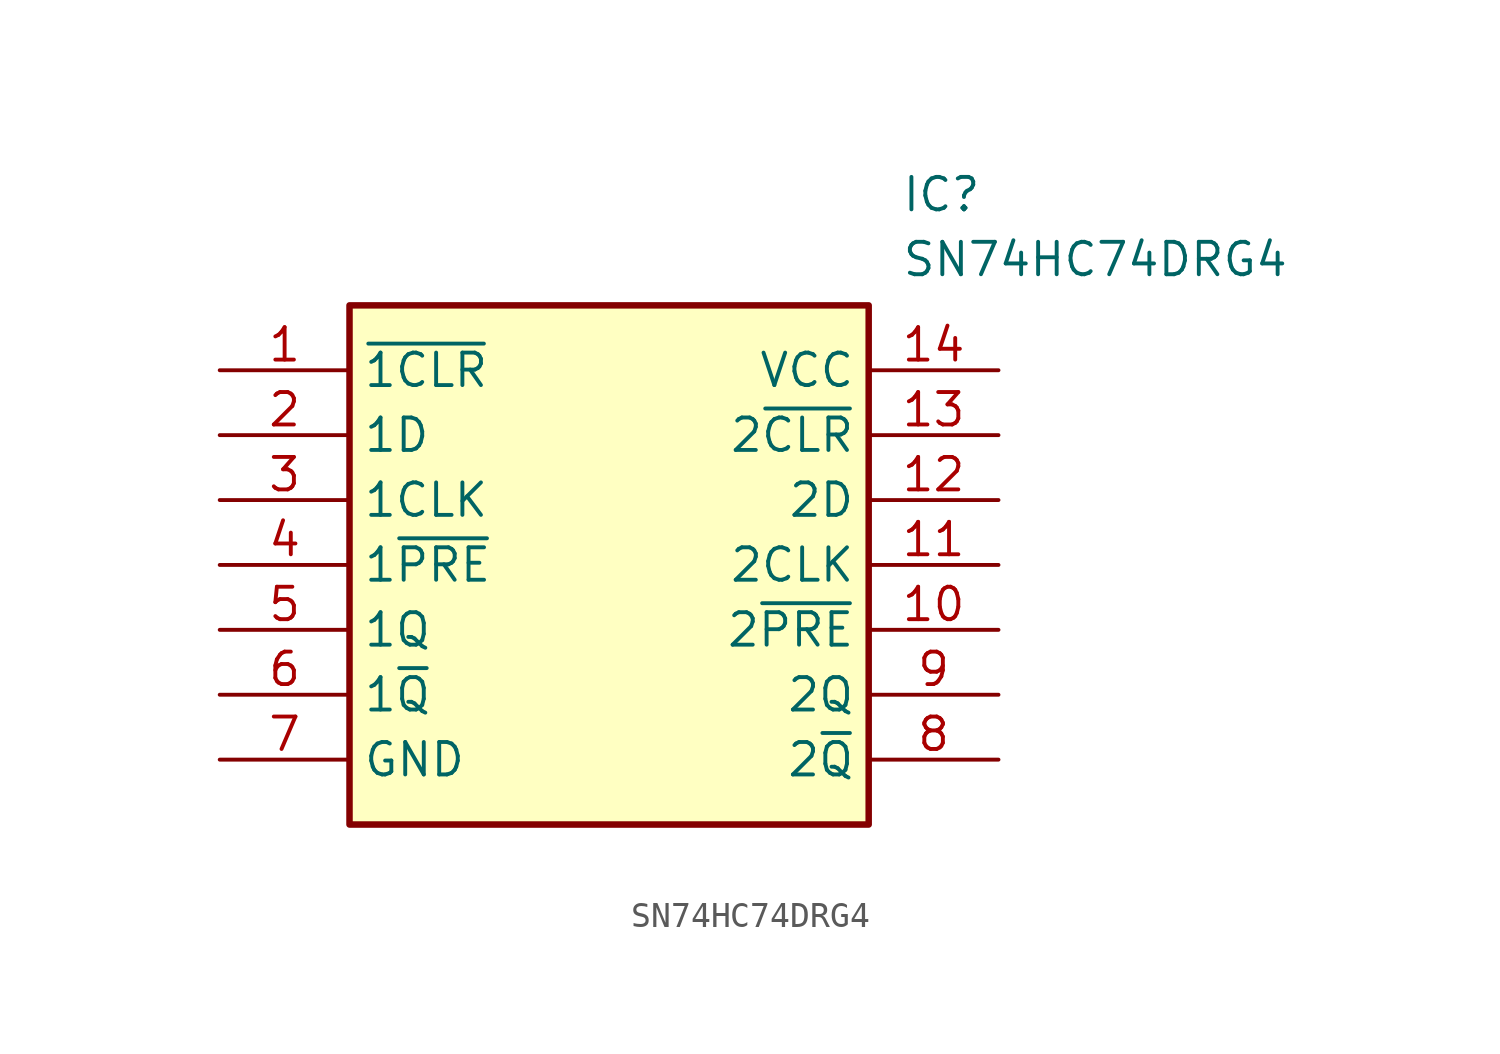
<source format=kicad_sym>
(kicad_symbol_lib
  (version 20211014)
  (generator SamacSys_ECAD_Model)
  (symbol "SN74HC74DRG4"
    (property "Reference" "IC"
      (at 26.67 7.62 0)
      (effects (font (size 1.27 1.27)) (justify left top)))
    (property "Value" "SN74HC74DRG4"
      (at 26.67 5.08 0)
      (effects (font (size 1.27 1.27)) (justify left top)))
    (rectangle
      (start 5.08 2.54)
      (end 25.4 -17.78)
      (stroke (width 0.254) (type default))
      (fill (type background)))
    (pin passive line
      (at 0 0 0)
      (length 5.08)
      (name "~{1CLR}" (effects (font (size 1.27 1.27))))
      (number "1" (effects (font (size 1.27 1.27)))))
    (pin passive line
      (at 0 -2.54 0)
      (length 5.08)
      (name "1D" (effects (font (size 1.27 1.27))))
      (number "2" (effects (font (size 1.27 1.27)))))
    (pin passive line
      (at 0 -5.08 0)
      (length 5.08)
      (name "1CLK" (effects (font (size 1.27 1.27))))
      (number "3" (effects (font (size 1.27 1.27)))))
    (pin passive line
      (at 0 -7.62 0)
      (length 5.08)
      (name "1~{PRE}" (effects (font (size 1.27 1.27))))
      (number "4" (effects (font (size 1.27 1.27)))))
    (pin passive line
      (at 0 -10.16 0)
      (length 5.08)
      (name "1Q" (effects (font (size 1.27 1.27))))
      (number "5" (effects (font (size 1.27 1.27)))))
    (pin passive line
      (at 0 -12.7 0)
      (length 5.08)
      (name "1~{Q}" (effects (font (size 1.27 1.27))))
      (number "6" (effects (font (size 1.27 1.27)))))
    (pin passive line
      (at 0 -15.24 0)
      (length 5.08)
      (name "GND" (effects (font (size 1.27 1.27))))
      (number "7" (effects (font (size 1.27 1.27)))))
    (pin passive line
      (at 30.48 0 180)
      (length 5.08)
      (name "VCC" (effects (font (size 1.27 1.27))))
      (number "14" (effects (font (size 1.27 1.27)))))
    (pin passive line
      (at 30.48 -2.54 180)
      (length 5.08)
      (name "2~{CLR}" (effects (font (size 1.27 1.27))))
      (number "13" (effects (font (size 1.27 1.27)))))
    (pin passive line
      (at 30.48 -5.08 180)
      (length 5.08)
      (name "2D" (effects (font (size 1.27 1.27))))
      (number "12" (effects (font (size 1.27 1.27)))))
    (pin passive line
      (at 30.48 -7.62 180)
      (length 5.08)
      (name "2CLK" (effects (font (size 1.27 1.27))))
      (number "11" (effects (font (size 1.27 1.27)))))
    (pin passive line
      (at 30.48 -10.16 180)
      (length 5.08)
      (name "2~{PRE}" (effects (font (size 1.27 1.27))))
      (number "10" (effects (font (size 1.27 1.27)))))
    (pin passive line
      (at 30.48 -12.7 180)
      (length 5.08)
      (name "2Q" (effects (font (size 1.27 1.27))))
      (number "9" (effects (font (size 1.27 1.27)))))
    (pin passive line
      (at 30.48 -15.24 180)
      (length 5.08)
      (name "2~{Q}" (effects (font (size 1.27 1.27))))
      (number "8" (effects (font (size 1.27 1.27)))))))
</source>
